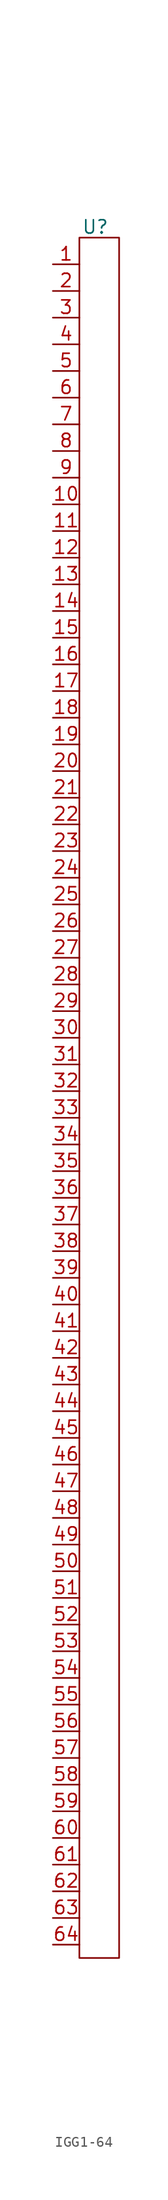
<source format=kicad_sym>
(kicad_symbol_lib
  (version 20231120)
  (generator "kicad_symbol_editor")
  (generator_version "8.0")
  (symbol "IGG1-64"
    (property "Reference" "U"
      (at 1.524 11.176 0)
      (effects (font (size 1.27 1.27))))
    (property "Value" ""
      (at 0 0 0)
      (effects (font (size 1.27 1.27))))
    (symbol "IGG1-64_0_1"
      (rectangle (start 0 -153.67) (end 3.81 10.16) (stroke (width 0) (type default)) (fill (type none))))
    (symbol "IGG1-64_1_1"
      (pin input line (at -2.54 7.62 0) (length 2.54) (name "" (effects (font (size 1.27 1.27)))) (number "1" (effects (font (size 1.27 1.27)))))
      (pin input line (at -2.54 -15.24 0) (length 2.54) (name "" (effects (font (size 1.27 1.27)))) (number "10" (effects (font (size 1.27 1.27)))))
      (pin input line (at -2.54 -17.78 0) (length 2.54) (name "" (effects (font (size 1.27 1.27)))) (number "11" (effects (font (size 1.27 1.27)))))
      (pin input line (at -2.54 -20.32 0) (length 2.54) (name "" (effects (font (size 1.27 1.27)))) (number "12" (effects (font (size 1.27 1.27)))))
      (pin input line (at -2.54 -22.86 0) (length 2.54) (name "" (effects (font (size 1.27 1.27)))) (number "13" (effects (font (size 1.27 1.27)))))
      (pin input line (at -2.54 -25.4 0) (length 2.54) (name "" (effects (font (size 1.27 1.27)))) (number "14" (effects (font (size 1.27 1.27)))))
      (pin input line (at -2.54 -27.94 0) (length 2.54) (name "" (effects (font (size 1.27 1.27)))) (number "15" (effects (font (size 1.27 1.27)))))
      (pin input line (at -2.54 -30.48 0) (length 2.54) (name "" (effects (font (size 1.27 1.27)))) (number "16" (effects (font (size 1.27 1.27)))))
      (pin input line (at -2.54 -33.02 0) (length 2.54) (name "" (effects (font (size 1.27 1.27)))) (number "17" (effects (font (size 1.27 1.27)))))
      (pin input line (at -2.54 -35.56 0) (length 2.54) (name "" (effects (font (size 1.27 1.27)))) (number "18" (effects (font (size 1.27 1.27)))))
      (pin input line (at -2.54 -38.1 0) (length 2.54) (name "" (effects (font (size 1.27 1.27)))) (number "19" (effects (font (size 1.27 1.27)))))
      (pin input line (at -2.54 5.08 0) (length 2.54) (name "" (effects (font (size 1.27 1.27)))) (number "2" (effects (font (size 1.27 1.27)))))
      (pin input line (at -2.54 -40.64 0) (length 2.54) (name "" (effects (font (size 1.27 1.27)))) (number "20" (effects (font (size 1.27 1.27)))))
      (pin input line (at -2.54 -43.18 0) (length 2.54) (name "" (effects (font (size 1.27 1.27)))) (number "21" (effects (font (size 1.27 1.27)))))
      (pin input line (at -2.54 -45.72 0) (length 2.54) (name "" (effects (font (size 1.27 1.27)))) (number "22" (effects (font (size 1.27 1.27)))))
      (pin input line (at -2.54 -48.26 0) (length 2.54) (name "" (effects (font (size 1.27 1.27)))) (number "23" (effects (font (size 1.27 1.27)))))
      (pin input line (at -2.54 -50.8 0) (length 2.54) (name "" (effects (font (size 1.27 1.27)))) (number "24" (effects (font (size 1.27 1.27)))))
      (pin input line (at -2.54 -53.34 0) (length 2.54) (name "" (effects (font (size 1.27 1.27)))) (number "25" (effects (font (size 1.27 1.27)))))
      (pin input line (at -2.54 -55.88 0) (length 2.54) (name "" (effects (font (size 1.27 1.27)))) (number "26" (effects (font (size 1.27 1.27)))))
      (pin input line (at -2.54 -58.42 0) (length 2.54) (name "" (effects (font (size 1.27 1.27)))) (number "27" (effects (font (size 1.27 1.27)))))
      (pin input line (at -2.54 -60.96 0) (length 2.54) (name "" (effects (font (size 1.27 1.27)))) (number "28" (effects (font (size 1.27 1.27)))))
      (pin input line (at -2.54 -63.5 0) (length 2.54) (name "" (effects (font (size 1.27 1.27)))) (number "29" (effects (font (size 1.27 1.27)))))
      (pin input line (at -2.54 2.54 0) (length 2.54) (name "" (effects (font (size 1.27 1.27)))) (number "3" (effects (font (size 1.27 1.27)))))
      (pin input line (at -2.54 -66.04 0) (length 2.54) (name "" (effects (font (size 1.27 1.27)))) (number "30" (effects (font (size 1.27 1.27)))))
      (pin input line (at -2.54 -68.58 0) (length 2.54) (name "" (effects (font (size 1.27 1.27)))) (number "31" (effects (font (size 1.27 1.27)))))
      (pin input line (at -2.54 -71.12 0) (length 2.54) (name "" (effects (font (size 1.27 1.27)))) (number "32" (effects (font (size 1.27 1.27)))))
      (pin input line (at -2.54 -73.66 0) (length 2.54) (name "" (effects (font (size 1.27 1.27)))) (number "33" (effects (font (size 1.27 1.27)))))
      (pin input line (at -2.54 -76.2 0) (length 2.54) (name "" (effects (font (size 1.27 1.27)))) (number "34" (effects (font (size 1.27 1.27)))))
      (pin input line (at -2.54 -78.74 0) (length 2.54) (name "" (effects (font (size 1.27 1.27)))) (number "35" (effects (font (size 1.27 1.27)))))
      (pin input line (at -2.54 -81.28 0) (length 2.54) (name "" (effects (font (size 1.27 1.27)))) (number "36" (effects (font (size 1.27 1.27)))))
      (pin input line (at -2.54 -83.82 0) (length 2.54) (name "" (effects (font (size 1.27 1.27)))) (number "37" (effects (font (size 1.27 1.27)))))
      (pin input line (at -2.54 -86.36 0) (length 2.54) (name "" (effects (font (size 1.27 1.27)))) (number "38" (effects (font (size 1.27 1.27)))))
      (pin input line (at -2.54 -88.9 0) (length 2.54) (name "" (effects (font (size 1.27 1.27)))) (number "39" (effects (font (size 1.27 1.27)))))
      (pin input line (at -2.54 0 0) (length 2.54) (name "" (effects (font (size 1.27 1.27)))) (number "4" (effects (font (size 1.27 1.27)))))
      (pin input line (at -2.54 -91.44 0) (length 2.54) (name "" (effects (font (size 1.27 1.27)))) (number "40" (effects (font (size 1.27 1.27)))))
      (pin input line (at -2.54 -93.98 0) (length 2.54) (name "" (effects (font (size 1.27 1.27)))) (number "41" (effects (font (size 1.27 1.27)))))
      (pin input line (at -2.54 -96.52 0) (length 2.54) (name "" (effects (font (size 1.27 1.27)))) (number "42" (effects (font (size 1.27 1.27)))))
      (pin input line (at -2.54 -99.06 0) (length 2.54) (name "" (effects (font (size 1.27 1.27)))) (number "43" (effects (font (size 1.27 1.27)))))
      (pin input line (at -2.54 -101.6 0) (length 2.54) (name "" (effects (font (size 1.27 1.27)))) (number "44" (effects (font (size 1.27 1.27)))))
      (pin input line (at -2.54 -104.14 0) (length 2.54) (name "" (effects (font (size 1.27 1.27)))) (number "45" (effects (font (size 1.27 1.27)))))
      (pin input line (at -2.54 -106.68 0) (length 2.54) (name "" (effects (font (size 1.27 1.27)))) (number "46" (effects (font (size 1.27 1.27)))))
      (pin input line (at -2.54 -109.22 0) (length 2.54) (name "" (effects (font (size 1.27 1.27)))) (number "47" (effects (font (size 1.27 1.27)))))
      (pin input line (at -2.54 -111.76 0) (length 2.54) (name "" (effects (font (size 1.27 1.27)))) (number "48" (effects (font (size 1.27 1.27)))))
      (pin input line (at -2.54 -114.3 0) (length 2.54) (name "" (effects (font (size 1.27 1.27)))) (number "49" (effects (font (size 1.27 1.27)))))
      (pin input line (at -2.54 -2.54 0) (length 2.54) (name "" (effects (font (size 1.27 1.27)))) (number "5" (effects (font (size 1.27 1.27)))))
      (pin input line (at -2.54 -116.84 0) (length 2.54) (name "" (effects (font (size 1.27 1.27)))) (number "50" (effects (font (size 1.27 1.27)))))
      (pin input line (at -2.54 -119.38 0) (length 2.54) (name "" (effects (font (size 1.27 1.27)))) (number "51" (effects (font (size 1.27 1.27)))))
      (pin input line (at -2.54 -121.92 0) (length 2.54) (name "" (effects (font (size 1.27 1.27)))) (number "52" (effects (font (size 1.27 1.27)))))
      (pin input line (at -2.54 -124.46 0) (length 2.54) (name "" (effects (font (size 1.27 1.27)))) (number "53" (effects (font (size 1.27 1.27)))))
      (pin input line (at -2.54 -127 0) (length 2.54) (name "" (effects (font (size 1.27 1.27)))) (number "54" (effects (font (size 1.27 1.27)))))
      (pin input line (at -2.54 -129.54 0) (length 2.54) (name "" (effects (font (size 1.27 1.27)))) (number "55" (effects (font (size 1.27 1.27)))))
      (pin input line (at -2.54 -132.08 0) (length 2.54) (name "" (effects (font (size 1.27 1.27)))) (number "56" (effects (font (size 1.27 1.27)))))
      (pin input line (at -2.54 -134.62 0) (length 2.54) (name "" (effects (font (size 1.27 1.27)))) (number "57" (effects (font (size 1.27 1.27)))))
      (pin input line (at -2.54 -137.16 0) (length 2.54) (name "" (effects (font (size 1.27 1.27)))) (number "58" (effects (font (size 1.27 1.27)))))
      (pin input line (at -2.54 -139.7 0) (length 2.54) (name "" (effects (font (size 1.27 1.27)))) (number "59" (effects (font (size 1.27 1.27)))))
      (pin input line (at -2.54 -5.08 0) (length 2.54) (name "" (effects (font (size 1.27 1.27)))) (number "6" (effects (font (size 1.27 1.27)))))
      (pin input line (at -2.54 -142.24 0) (length 2.54) (name "" (effects (font (size 1.27 1.27)))) (number "60" (effects (font (size 1.27 1.27)))))
      (pin input line (at -2.54 -144.78 0) (length 2.54) (name "" (effects (font (size 1.27 1.27)))) (number "61" (effects (font (size 1.27 1.27)))))
      (pin input line (at -2.54 -147.32 0) (length 2.54) (name "" (effects (font (size 1.27 1.27)))) (number "62" (effects (font (size 1.27 1.27)))))
      (pin input line (at -2.54 -149.86 0) (length 2.54) (name "" (effects (font (size 1.27 1.27)))) (number "63" (effects (font (size 1.27 1.27)))))
      (pin input line (at -2.54 -152.4 0) (length 2.54) (name "" (effects (font (size 1.27 1.27)))) (number "64" (effects (font (size 1.27 1.27)))))
      (pin input line (at -2.54 -7.62 0) (length 2.54) (name "" (effects (font (size 1.27 1.27)))) (number "7" (effects (font (size 1.27 1.27)))))
      (pin input line (at -2.54 -10.16 0) (length 2.54) (name "" (effects (font (size 1.27 1.27)))) (number "8" (effects (font (size 1.27 1.27)))))
      (pin input line (at -2.54 -12.7 0) (length 2.54) (name "" (effects (font (size 1.27 1.27)))) (number "9" (effects (font (size 1.27 1.27))))))))
</source>
